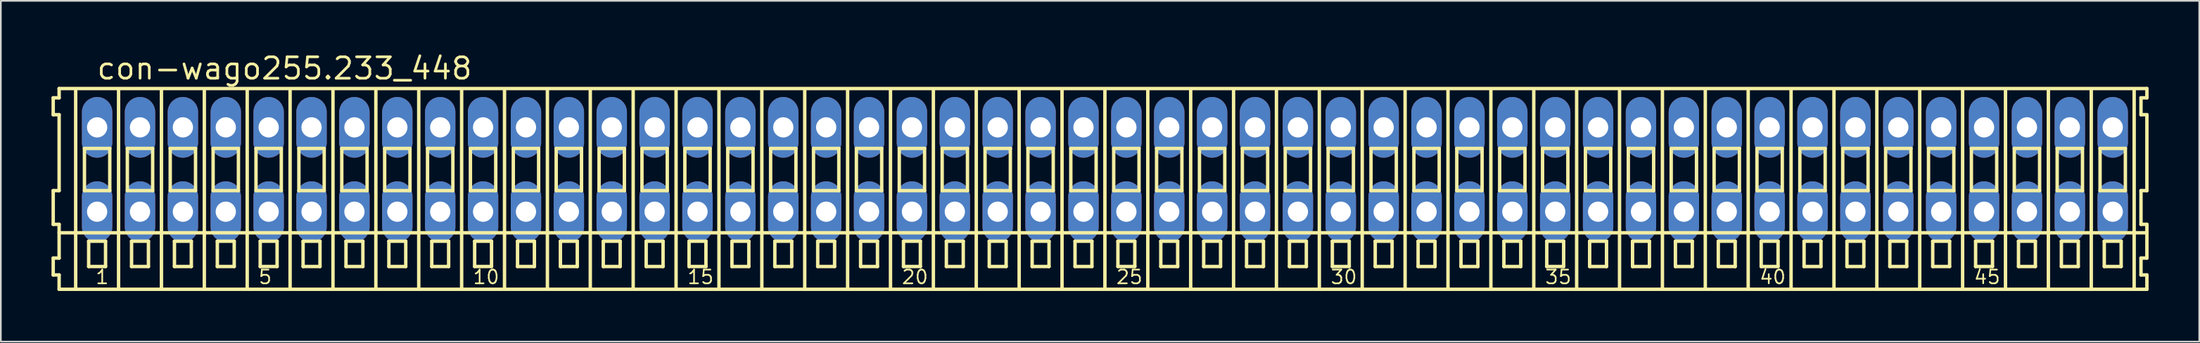
<source format=kicad_pcb>
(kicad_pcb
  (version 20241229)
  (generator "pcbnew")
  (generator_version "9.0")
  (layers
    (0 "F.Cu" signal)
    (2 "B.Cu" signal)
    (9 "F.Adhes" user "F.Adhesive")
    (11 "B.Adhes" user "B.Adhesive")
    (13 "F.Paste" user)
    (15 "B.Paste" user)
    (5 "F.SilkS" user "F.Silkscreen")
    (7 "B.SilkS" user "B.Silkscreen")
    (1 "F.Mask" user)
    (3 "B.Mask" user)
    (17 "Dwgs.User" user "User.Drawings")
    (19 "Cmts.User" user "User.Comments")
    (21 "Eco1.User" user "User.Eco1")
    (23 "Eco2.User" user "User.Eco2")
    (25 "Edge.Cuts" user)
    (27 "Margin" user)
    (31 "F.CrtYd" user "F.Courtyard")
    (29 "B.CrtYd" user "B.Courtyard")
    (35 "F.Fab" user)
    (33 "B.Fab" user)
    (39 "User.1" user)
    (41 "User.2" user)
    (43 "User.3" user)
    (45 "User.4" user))
  (footprint "con-wago255.233_448"
    (layer "F.Cu")
    (at 62.392 7)
    (property "Reference" "con-wago255.233_448" (at -59.79 -5.25 0) (layer "F.SilkS") (effects (font (size 1.27 1.27) (thickness 0.16)) (justify left bottom)))
    (attr through_hole)
    (fp_line (start -62.29 -4.25) (end -62.29 -3.25) (stroke (width 0.203) (type default)) (layer "F.SilkS"))
    (fp_line (start -62.29 -3.25) (end -61.94 -3.25) (stroke (width 0.203) (type default)) (layer "F.SilkS"))
    (fp_line (start -62.29 1.25) (end -62.29 3.25) (stroke (width 0.203) (type default)) (layer "F.SilkS"))
    (fp_line (start -62.29 3.25) (end -61.94 3.25) (stroke (width 0.203) (type default)) (layer "F.SilkS"))
    (fp_line (start -62.29 5.25) (end -62.29 6.25) (stroke (width 0.203) (type default)) (layer "F.SilkS"))
    (fp_line (start -62.29 6.25) (end -61.94 6.25) (stroke (width 0.203) (type default)) (layer "F.SilkS"))
    (fp_line (start -61.94 -4.8) (end -61.94 -4.25) (stroke (width 0.203) (type default)) (layer "F.SilkS"))
    (fp_line (start -61.94 -4.25) (end -62.29 -4.25) (stroke (width 0.203) (type default)) (layer "F.SilkS"))
    (fp_line (start -61.94 -3.25) (end -61.94 1.25) (stroke (width 0.203) (type default)) (layer "F.SilkS"))
    (fp_line (start -61.94 1.25) (end -62.29 1.25) (stroke (width 0.203) (type default)) (layer "F.SilkS"))
    (fp_line (start -61.94 3.25) (end -61.94 5.25) (stroke (width 0.203) (type default)) (layer "F.SilkS"))
    (fp_line (start -61.94 3.75) (end 61.715 3.75) (stroke (width 0.203) (type default)) (layer "F.SilkS"))
    (fp_line (start -61.94 5.25) (end -62.29 5.25) (stroke (width 0.203) (type default)) (layer "F.SilkS"))
    (fp_line (start -61.94 6.25) (end -61.94 7.1) (stroke (width 0.203) (type default)) (layer "F.SilkS"))
    (fp_line (start -61.94 7.1) (end 61.715 7.1) (stroke (width 0.203) (type default)) (layer "F.SilkS"))
    (fp_line (start -60.96 6.985) (end -60.96 -4.699) (stroke (width 0.203) (type default)) (layer "F.SilkS"))
    (fp_line (start -60.44 -1.25) (end -60.44 1.25) (stroke (width 0.203) (type default)) (layer "F.SilkS"))
    (fp_line (start -60.44 1.25) (end -58.94 1.25) (stroke (width 0.203) (type default)) (layer "F.SilkS"))
    (fp_line (start -60.19 4.25) (end -60.19 5.75) (stroke (width 0.203) (type default)) (layer "F.SilkS"))
    (fp_line (start -60.19 5.75) (end -59.19 5.75) (stroke (width 0.203) (type default)) (layer "F.SilkS"))
    (fp_line (start -59.19 4.25) (end -60.19 4.25) (stroke (width 0.203) (type default)) (layer "F.SilkS"))
    (fp_line (start -59.19 5.75) (end -59.19 4.25) (stroke (width 0.203) (type default)) (layer "F.SilkS"))
    (fp_line (start -58.94 -1.25) (end -60.44 -1.25) (stroke (width 0.203) (type default)) (layer "F.SilkS"))
    (fp_line (start -58.94 1.25) (end -58.94 -1.25) (stroke (width 0.203) (type default)) (layer "F.SilkS"))
    (fp_line (start -58.42 6.985) (end -58.42 -4.699) (stroke (width 0.203) (type default)) (layer "F.SilkS"))
    (fp_line (start -57.9 -1.25) (end -57.9 1.25) (stroke (width 0.203) (type default)) (layer "F.SilkS"))
    (fp_line (start -57.9 1.25) (end -56.4 1.25) (stroke (width 0.203) (type default)) (layer "F.SilkS"))
    (fp_line (start -57.65 4.25) (end -57.65 5.75) (stroke (width 0.203) (type default)) (layer "F.SilkS"))
    (fp_line (start -57.65 5.75) (end -56.65 5.75) (stroke (width 0.203) (type default)) (layer "F.SilkS"))
    (fp_line (start -56.65 4.25) (end -57.65 4.25) (stroke (width 0.203) (type default)) (layer "F.SilkS"))
    (fp_line (start -56.65 5.75) (end -56.65 4.25) (stroke (width 0.203) (type default)) (layer "F.SilkS"))
    (fp_line (start -56.4 -1.25) (end -57.9 -1.25) (stroke (width 0.203) (type default)) (layer "F.SilkS"))
    (fp_line (start -56.4 1.25) (end -56.4 -1.25) (stroke (width 0.203) (type default)) (layer "F.SilkS"))
    (fp_line (start -55.88 6.985) (end -55.88 -4.699) (stroke (width 0.203) (type default)) (layer "F.SilkS"))
    (fp_line (start -55.36 -1.25) (end -55.36 1.25) (stroke (width 0.203) (type default)) (layer "F.SilkS"))
    (fp_line (start -55.36 1.25) (end -53.86 1.25) (stroke (width 0.203) (type default)) (layer "F.SilkS"))
    (fp_line (start -55.11 4.25) (end -55.11 5.75) (stroke (width 0.203) (type default)) (layer "F.SilkS"))
    (fp_line (start -55.11 5.75) (end -54.11 5.75) (stroke (width 0.203) (type default)) (layer "F.SilkS"))
    (fp_line (start -54.11 4.25) (end -55.11 4.25) (stroke (width 0.203) (type default)) (layer "F.SilkS"))
    (fp_line (start -54.11 5.75) (end -54.11 4.25) (stroke (width 0.203) (type default)) (layer "F.SilkS"))
    (fp_line (start -53.86 -1.25) (end -55.36 -1.25) (stroke (width 0.203) (type default)) (layer "F.SilkS"))
    (fp_line (start -53.86 1.25) (end -53.86 -1.25) (stroke (width 0.203) (type default)) (layer "F.SilkS"))
    (fp_line (start -53.34 6.985) (end -53.34 -4.699) (stroke (width 0.203) (type default)) (layer "F.SilkS"))
    (fp_line (start -52.82 -1.25) (end -52.82 1.25) (stroke (width 0.203) (type default)) (layer "F.SilkS"))
    (fp_line (start -52.82 1.25) (end -51.32 1.25) (stroke (width 0.203) (type default)) (layer "F.SilkS"))
    (fp_line (start -52.57 4.25) (end -52.57 5.75) (stroke (width 0.203) (type default)) (layer "F.SilkS"))
    (fp_line (start -52.57 5.75) (end -51.57 5.75) (stroke (width 0.203) (type default)) (layer "F.SilkS"))
    (fp_line (start -51.57 4.25) (end -52.57 4.25) (stroke (width 0.203) (type default)) (layer "F.SilkS"))
    (fp_line (start -51.57 5.75) (end -51.57 4.25) (stroke (width 0.203) (type default)) (layer "F.SilkS"))
    (fp_line (start -51.32 -1.25) (end -52.82 -1.25) (stroke (width 0.203) (type default)) (layer "F.SilkS"))
    (fp_line (start -51.32 1.25) (end -51.32 -1.25) (stroke (width 0.203) (type default)) (layer "F.SilkS"))
    (fp_line (start -50.8 6.985) (end -50.8 -4.699) (stroke (width 0.203) (type default)) (layer "F.SilkS"))
    (fp_line (start -50.28 -1.25) (end -50.28 1.25) (stroke (width 0.203) (type default)) (layer "F.SilkS"))
    (fp_line (start -50.28 1.25) (end -48.78 1.25) (stroke (width 0.203) (type default)) (layer "F.SilkS"))
    (fp_line (start -50.03 4.25) (end -50.03 5.75) (stroke (width 0.203) (type default)) (layer "F.SilkS"))
    (fp_line (start -50.03 5.75) (end -49.03 5.75) (stroke (width 0.203) (type default)) (layer "F.SilkS"))
    (fp_line (start -49.03 4.25) (end -50.03 4.25) (stroke (width 0.203) (type default)) (layer "F.SilkS"))
    (fp_line (start -49.03 5.75) (end -49.03 4.25) (stroke (width 0.203) (type default)) (layer "F.SilkS"))
    (fp_line (start -48.78 -1.25) (end -50.28 -1.25) (stroke (width 0.203) (type default)) (layer "F.SilkS"))
    (fp_line (start -48.78 1.25) (end -48.78 -1.25) (stroke (width 0.203) (type default)) (layer "F.SilkS"))
    (fp_line (start -48.26 6.985) (end -48.26 -4.699) (stroke (width 0.203) (type default)) (layer "F.SilkS"))
    (fp_line (start -47.74 -1.25) (end -47.74 1.25) (stroke (width 0.203) (type default)) (layer "F.SilkS"))
    (fp_line (start -47.74 1.25) (end -46.24 1.25) (stroke (width 0.203) (type default)) (layer "F.SilkS"))
    (fp_line (start -47.49 4.25) (end -47.49 5.75) (stroke (width 0.203) (type default)) (layer "F.SilkS"))
    (fp_line (start -47.49 5.75) (end -46.49 5.75) (stroke (width 0.203) (type default)) (layer "F.SilkS"))
    (fp_line (start -46.49 4.25) (end -47.49 4.25) (stroke (width 0.203) (type default)) (layer "F.SilkS"))
    (fp_line (start -46.49 5.75) (end -46.49 4.25) (stroke (width 0.203) (type default)) (layer "F.SilkS"))
    (fp_line (start -46.24 -1.25) (end -47.74 -1.25) (stroke (width 0.203) (type default)) (layer "F.SilkS"))
    (fp_line (start -46.24 1.25) (end -46.24 -1.25) (stroke (width 0.203) (type default)) (layer "F.SilkS"))
    (fp_line (start -45.72 6.985) (end -45.72 -4.699) (stroke (width 0.203) (type default)) (layer "F.SilkS"))
    (fp_line (start -45.2 -1.25) (end -45.2 1.25) (stroke (width 0.203) (type default)) (layer "F.SilkS"))
    (fp_line (start -45.2 1.25) (end -43.7 1.25) (stroke (width 0.203) (type default)) (layer "F.SilkS"))
    (fp_line (start -44.95 4.25) (end -44.95 5.75) (stroke (width 0.203) (type default)) (layer "F.SilkS"))
    (fp_line (start -44.95 5.75) (end -43.95 5.75) (stroke (width 0.203) (type default)) (layer "F.SilkS"))
    (fp_line (start -43.95 4.25) (end -44.95 4.25) (stroke (width 0.203) (type default)) (layer "F.SilkS"))
    (fp_line (start -43.95 5.75) (end -43.95 4.25) (stroke (width 0.203) (type default)) (layer "F.SilkS"))
    (fp_line (start -43.7 -1.25) (end -45.2 -1.25) (stroke (width 0.203) (type default)) (layer "F.SilkS"))
    (fp_line (start -43.7 1.25) (end -43.7 -1.25) (stroke (width 0.203) (type default)) (layer "F.SilkS"))
    (fp_line (start -43.18 6.985) (end -43.18 -4.699) (stroke (width 0.203) (type default)) (layer "F.SilkS"))
    (fp_line (start -42.66 -1.25) (end -42.66 1.25) (stroke (width 0.203) (type default)) (layer "F.SilkS"))
    (fp_line (start -42.66 1.25) (end -41.16 1.25) (stroke (width 0.203) (type default)) (layer "F.SilkS"))
    (fp_line (start -42.41 4.25) (end -42.41 5.75) (stroke (width 0.203) (type default)) (layer "F.SilkS"))
    (fp_line (start -42.41 5.75) (end -41.41 5.75) (stroke (width 0.203) (type default)) (layer "F.SilkS"))
    (fp_line (start -41.41 4.25) (end -42.41 4.25) (stroke (width 0.203) (type default)) (layer "F.SilkS"))
    (fp_line (start -41.41 5.75) (end -41.41 4.25) (stroke (width 0.203) (type default)) (layer "F.SilkS"))
    (fp_line (start -41.16 -1.25) (end -42.66 -1.25) (stroke (width 0.203) (type default)) (layer "F.SilkS"))
    (fp_line (start -41.16 1.25) (end -41.16 -1.25) (stroke (width 0.203) (type default)) (layer "F.SilkS"))
    (fp_line (start -40.64 6.985) (end -40.64 -4.699) (stroke (width 0.203) (type default)) (layer "F.SilkS"))
    (fp_line (start -40.12 -1.25) (end -40.12 1.25) (stroke (width 0.203) (type default)) (layer "F.SilkS"))
    (fp_line (start -40.12 1.25) (end -38.62 1.25) (stroke (width 0.203) (type default)) (layer "F.SilkS"))
    (fp_line (start -39.87 4.25) (end -39.87 5.75) (stroke (width 0.203) (type default)) (layer "F.SilkS"))
    (fp_line (start -39.87 5.75) (end -38.87 5.75) (stroke (width 0.203) (type default)) (layer "F.SilkS"))
    (fp_line (start -38.87 4.25) (end -39.87 4.25) (stroke (width 0.203) (type default)) (layer "F.SilkS"))
    (fp_line (start -38.87 5.75) (end -38.87 4.25) (stroke (width 0.203) (type default)) (layer "F.SilkS"))
    (fp_line (start -38.62 -1.25) (end -40.12 -1.25) (stroke (width 0.203) (type default)) (layer "F.SilkS"))
    (fp_line (start -38.62 1.25) (end -38.62 -1.25) (stroke (width 0.203) (type default)) (layer "F.SilkS"))
    (fp_line (start -38.1 6.985) (end -38.1 -4.699) (stroke (width 0.203) (type default)) (layer "F.SilkS"))
    (fp_line (start -37.58 -1.25) (end -37.58 1.25) (stroke (width 0.203) (type default)) (layer "F.SilkS"))
    (fp_line (start -37.58 1.25) (end -36.08 1.25) (stroke (width 0.203) (type default)) (layer "F.SilkS"))
    (fp_line (start -37.33 4.25) (end -37.33 5.75) (stroke (width 0.203) (type default)) (layer "F.SilkS"))
    (fp_line (start -37.33 5.75) (end -36.33 5.75) (stroke (width 0.203) (type default)) (layer "F.SilkS"))
    (fp_line (start -36.33 4.25) (end -37.33 4.25) (stroke (width 0.203) (type default)) (layer "F.SilkS"))
    (fp_line (start -36.33 5.75) (end -36.33 4.25) (stroke (width 0.203) (type default)) (layer "F.SilkS"))
    (fp_line (start -36.08 -1.25) (end -37.58 -1.25) (stroke (width 0.203) (type default)) (layer "F.SilkS"))
    (fp_line (start -36.08 1.25) (end -36.08 -1.25) (stroke (width 0.203) (type default)) (layer "F.SilkS"))
    (fp_line (start -35.56 6.985) (end -35.56 -4.699) (stroke (width 0.203) (type default)) (layer "F.SilkS"))
    (fp_line (start -35.04 -1.25) (end -35.04 1.25) (stroke (width 0.203) (type default)) (layer "F.SilkS"))
    (fp_line (start -35.04 1.25) (end -33.54 1.25) (stroke (width 0.203) (type default)) (layer "F.SilkS"))
    (fp_line (start -34.79 4.25) (end -34.79 5.75) (stroke (width 0.203) (type default)) (layer "F.SilkS"))
    (fp_line (start -34.79 5.75) (end -33.79 5.75) (stroke (width 0.203) (type default)) (layer "F.SilkS"))
    (fp_line (start -33.79 4.25) (end -34.79 4.25) (stroke (width 0.203) (type default)) (layer "F.SilkS"))
    (fp_line (start -33.79 5.75) (end -33.79 4.25) (stroke (width 0.203) (type default)) (layer "F.SilkS"))
    (fp_line (start -33.54 -1.25) (end -35.04 -1.25) (stroke (width 0.203) (type default)) (layer "F.SilkS"))
    (fp_line (start -33.54 1.25) (end -33.54 -1.25) (stroke (width 0.203) (type default)) (layer "F.SilkS"))
    (fp_line (start -33.02 6.985) (end -33.02 -4.699) (stroke (width 0.203) (type default)) (layer "F.SilkS"))
    (fp_line (start -32.5 -1.25) (end -32.5 1.25) (stroke (width 0.203) (type default)) (layer "F.SilkS"))
    (fp_line (start -32.5 1.25) (end -31 1.25) (stroke (width 0.203) (type default)) (layer "F.SilkS"))
    (fp_line (start -32.25 4.25) (end -32.25 5.75) (stroke (width 0.203) (type default)) (layer "F.SilkS"))
    (fp_line (start -32.25 5.75) (end -31.25 5.75) (stroke (width 0.203) (type default)) (layer "F.SilkS"))
    (fp_line (start -31.25 4.25) (end -32.25 4.25) (stroke (width 0.203) (type default)) (layer "F.SilkS"))
    (fp_line (start -31.25 5.75) (end -31.25 4.25) (stroke (width 0.203) (type default)) (layer "F.SilkS"))
    (fp_line (start -31 -1.25) (end -32.5 -1.25) (stroke (width 0.203) (type default)) (layer "F.SilkS"))
    (fp_line (start -31 1.25) (end -31 -1.25) (stroke (width 0.203) (type default)) (layer "F.SilkS"))
    (fp_line (start -30.48 6.985) (end -30.48 -4.699) (stroke (width 0.203) (type default)) (layer "F.SilkS"))
    (fp_line (start -29.96 -1.25) (end -29.96 1.25) (stroke (width 0.203) (type default)) (layer "F.SilkS"))
    (fp_line (start -29.96 1.25) (end -28.46 1.25) (stroke (width 0.203) (type default)) (layer "F.SilkS"))
    (fp_line (start -29.71 4.25) (end -29.71 5.75) (stroke (width 0.203) (type default)) (layer "F.SilkS"))
    (fp_line (start -29.71 5.75) (end -28.71 5.75) (stroke (width 0.203) (type default)) (layer "F.SilkS"))
    (fp_line (start -28.71 4.25) (end -29.71 4.25) (stroke (width 0.203) (type default)) (layer "F.SilkS"))
    (fp_line (start -28.71 5.75) (end -28.71 4.25) (stroke (width 0.203) (type default)) (layer "F.SilkS"))
    (fp_line (start -28.46 -1.25) (end -29.96 -1.25) (stroke (width 0.203) (type default)) (layer "F.SilkS"))
    (fp_line (start -28.46 1.25) (end -28.46 -1.25) (stroke (width 0.203) (type default)) (layer "F.SilkS"))
    (fp_line (start -27.94 6.985) (end -27.94 -4.699) (stroke (width 0.203) (type default)) (layer "F.SilkS"))
    (fp_line (start -27.42 -1.25) (end -27.42 1.25) (stroke (width 0.203) (type default)) (layer "F.SilkS"))
    (fp_line (start -27.42 1.25) (end -25.92 1.25) (stroke (width 0.203) (type default)) (layer "F.SilkS"))
    (fp_line (start -27.17 4.25) (end -27.17 5.75) (stroke (width 0.203) (type default)) (layer "F.SilkS"))
    (fp_line (start -27.17 5.75) (end -26.17 5.75) (stroke (width 0.203) (type default)) (layer "F.SilkS"))
    (fp_line (start -26.17 4.25) (end -27.17 4.25) (stroke (width 0.203) (type default)) (layer "F.SilkS"))
    (fp_line (start -26.17 5.75) (end -26.17 4.25) (stroke (width 0.203) (type default)) (layer "F.SilkS"))
    (fp_line (start -25.92 -1.25) (end -27.42 -1.25) (stroke (width 0.203) (type default)) (layer "F.SilkS"))
    (fp_line (start -25.92 1.25) (end -25.92 -1.25) (stroke (width 0.203) (type default)) (layer "F.SilkS"))
    (fp_line (start -25.4 6.985) (end -25.4 -4.699) (stroke (width 0.203) (type default)) (layer "F.SilkS"))
    (fp_line (start -24.88 -1.25) (end -24.88 1.25) (stroke (width 0.203) (type default)) (layer "F.SilkS"))
    (fp_line (start -24.88 1.25) (end -23.38 1.25) (stroke (width 0.203) (type default)) (layer "F.SilkS"))
    (fp_line (start -24.63 4.25) (end -24.63 5.75) (stroke (width 0.203) (type default)) (layer "F.SilkS"))
    (fp_line (start -24.63 5.75) (end -23.63 5.75) (stroke (width 0.203) (type default)) (layer "F.SilkS"))
    (fp_line (start -23.63 4.25) (end -24.63 4.25) (stroke (width 0.203) (type default)) (layer "F.SilkS"))
    (fp_line (start -23.63 5.75) (end -23.63 4.25) (stroke (width 0.203) (type default)) (layer "F.SilkS"))
    (fp_line (start -23.38 -1.25) (end -24.88 -1.25) (stroke (width 0.203) (type default)) (layer "F.SilkS"))
    (fp_line (start -23.38 1.25) (end -23.38 -1.25) (stroke (width 0.203) (type default)) (layer "F.SilkS"))
    (fp_line (start -22.86 6.985) (end -22.86 -4.699) (stroke (width 0.203) (type default)) (layer "F.SilkS"))
    (fp_line (start -22.34 -1.25) (end -22.34 1.25) (stroke (width 0.203) (type default)) (layer "F.SilkS"))
    (fp_line (start -22.34 1.25) (end -20.84 1.25) (stroke (width 0.203) (type default)) (layer "F.SilkS"))
    (fp_line (start -22.09 4.25) (end -22.09 5.75) (stroke (width 0.203) (type default)) (layer "F.SilkS"))
    (fp_line (start -22.09 5.75) (end -21.09 5.75) (stroke (width 0.203) (type default)) (layer "F.SilkS"))
    (fp_line (start -21.09 4.25) (end -22.09 4.25) (stroke (width 0.203) (type default)) (layer "F.SilkS"))
    (fp_line (start -21.09 5.75) (end -21.09 4.25) (stroke (width 0.203) (type default)) (layer "F.SilkS"))
    (fp_line (start -20.84 -1.25) (end -22.34 -1.25) (stroke (width 0.203) (type default)) (layer "F.SilkS"))
    (fp_line (start -20.84 1.25) (end -20.84 -1.25) (stroke (width 0.203) (type default)) (layer "F.SilkS"))
    (fp_line (start -20.32 6.985) (end -20.32 -4.699) (stroke (width 0.203) (type default)) (layer "F.SilkS"))
    (fp_line (start -19.8 -1.25) (end -19.8 1.25) (stroke (width 0.203) (type default)) (layer "F.SilkS"))
    (fp_line (start -19.8 1.25) (end -18.3 1.25) (stroke (width 0.203) (type default)) (layer "F.SilkS"))
    (fp_line (start -19.55 4.25) (end -19.55 5.75) (stroke (width 0.203) (type default)) (layer "F.SilkS"))
    (fp_line (start -19.55 5.75) (end -18.55 5.75) (stroke (width 0.203) (type default)) (layer "F.SilkS"))
    (fp_line (start -18.55 4.25) (end -19.55 4.25) (stroke (width 0.203) (type default)) (layer "F.SilkS"))
    (fp_line (start -18.55 5.75) (end -18.55 4.25) (stroke (width 0.203) (type default)) (layer "F.SilkS"))
    (fp_line (start -18.3 -1.25) (end -19.8 -1.25) (stroke (width 0.203) (type default)) (layer "F.SilkS"))
    (fp_line (start -18.3 1.25) (end -18.3 -1.25) (stroke (width 0.203) (type default)) (layer "F.SilkS"))
    (fp_line (start -17.78 6.985) (end -17.78 -4.699) (stroke (width 0.203) (type default)) (layer "F.SilkS"))
    (fp_line (start -17.26 -1.25) (end -17.26 1.25) (stroke (width 0.203) (type default)) (layer "F.SilkS"))
    (fp_line (start -17.26 1.25) (end -15.76 1.25) (stroke (width 0.203) (type default)) (layer "F.SilkS"))
    (fp_line (start -17.01 4.25) (end -17.01 5.75) (stroke (width 0.203) (type default)) (layer "F.SilkS"))
    (fp_line (start -17.01 5.75) (end -16.01 5.75) (stroke (width 0.203) (type default)) (layer "F.SilkS"))
    (fp_line (start -16.01 4.25) (end -17.01 4.25) (stroke (width 0.203) (type default)) (layer "F.SilkS"))
    (fp_line (start -16.01 5.75) (end -16.01 4.25) (stroke (width 0.203) (type default)) (layer "F.SilkS"))
    (fp_line (start -15.76 -1.25) (end -17.26 -1.25) (stroke (width 0.203) (type default)) (layer "F.SilkS"))
    (fp_line (start -15.76 1.25) (end -15.76 -1.25) (stroke (width 0.203) (type default)) (layer "F.SilkS"))
    (fp_line (start -15.24 6.985) (end -15.24 -4.699) (stroke (width 0.203) (type default)) (layer "F.SilkS"))
    (fp_line (start -14.72 -1.25) (end -14.72 1.25) (stroke (width 0.203) (type default)) (layer "F.SilkS"))
    (fp_line (start -14.72 1.25) (end -13.22 1.25) (stroke (width 0.203) (type default)) (layer "F.SilkS"))
    (fp_line (start -14.47 4.25) (end -14.47 5.75) (stroke (width 0.203) (type default)) (layer "F.SilkS"))
    (fp_line (start -14.47 5.75) (end -13.47 5.75) (stroke (width 0.203) (type default)) (layer "F.SilkS"))
    (fp_line (start -13.47 4.25) (end -14.47 4.25) (stroke (width 0.203) (type default)) (layer "F.SilkS"))
    (fp_line (start -13.47 5.75) (end -13.47 4.25) (stroke (width 0.203) (type default)) (layer "F.SilkS"))
    (fp_line (start -13.22 -1.25) (end -14.72 -1.25) (stroke (width 0.203) (type default)) (layer "F.SilkS"))
    (fp_line (start -13.22 1.25) (end -13.22 -1.25) (stroke (width 0.203) (type default)) (layer "F.SilkS"))
    (fp_line (start -12.7 6.985) (end -12.7 -4.699) (stroke (width 0.203) (type default)) (layer "F.SilkS"))
    (fp_line (start -12.18 -1.25) (end -12.18 1.25) (stroke (width 0.203) (type default)) (layer "F.SilkS"))
    (fp_line (start -12.18 1.25) (end -10.68 1.25) (stroke (width 0.203) (type default)) (layer "F.SilkS"))
    (fp_line (start -11.93 4.25) (end -11.93 5.75) (stroke (width 0.203) (type default)) (layer "F.SilkS"))
    (fp_line (start -11.93 5.75) (end -10.93 5.75) (stroke (width 0.203) (type default)) (layer "F.SilkS"))
    (fp_line (start -10.93 4.25) (end -11.93 4.25) (stroke (width 0.203) (type default)) (layer "F.SilkS"))
    (fp_line (start -10.93 5.75) (end -10.93 4.25) (stroke (width 0.203) (type default)) (layer "F.SilkS"))
    (fp_line (start -10.68 -1.25) (end -12.18 -1.25) (stroke (width 0.203) (type default)) (layer "F.SilkS"))
    (fp_line (start -10.68 1.25) (end -10.68 -1.25) (stroke (width 0.203) (type default)) (layer "F.SilkS"))
    (fp_line (start -10.16 6.985) (end -10.16 -4.699) (stroke (width 0.203) (type default)) (layer "F.SilkS"))
    (fp_line (start -9.64 -1.25) (end -9.64 1.25) (stroke (width 0.203) (type default)) (layer "F.SilkS"))
    (fp_line (start -9.64 1.25) (end -8.14 1.25) (stroke (width 0.203) (type default)) (layer "F.SilkS"))
    (fp_line (start -9.39 4.25) (end -9.39 5.75) (stroke (width 0.203) (type default)) (layer "F.SilkS"))
    (fp_line (start -9.39 5.75) (end -8.39 5.75) (stroke (width 0.203) (type default)) (layer "F.SilkS"))
    (fp_line (start -8.39 4.25) (end -9.39 4.25) (stroke (width 0.203) (type default)) (layer "F.SilkS"))
    (fp_line (start -8.39 5.75) (end -8.39 4.25) (stroke (width 0.203) (type default)) (layer "F.SilkS"))
    (fp_line (start -8.14 -1.25) (end -9.64 -1.25) (stroke (width 0.203) (type default)) (layer "F.SilkS"))
    (fp_line (start -8.14 1.25) (end -8.14 -1.25) (stroke (width 0.203) (type default)) (layer "F.SilkS"))
    (fp_line (start -7.62 6.985) (end -7.62 -4.699) (stroke (width 0.203) (type default)) (layer "F.SilkS"))
    (fp_line (start -7.1 -1.25) (end -7.1 1.25) (stroke (width 0.203) (type default)) (layer "F.SilkS"))
    (fp_line (start -7.1 1.25) (end -5.6 1.25) (stroke (width 0.203) (type default)) (layer "F.SilkS"))
    (fp_line (start -6.85 4.25) (end -6.85 5.75) (stroke (width 0.203) (type default)) (layer "F.SilkS"))
    (fp_line (start -6.85 5.75) (end -5.85 5.75) (stroke (width 0.203) (type default)) (layer "F.SilkS"))
    (fp_line (start -5.85 4.25) (end -6.85 4.25) (stroke (width 0.203) (type default)) (layer "F.SilkS"))
    (fp_line (start -5.85 5.75) (end -5.85 4.25) (stroke (width 0.203) (type default)) (layer "F.SilkS"))
    (fp_line (start -5.6 -1.25) (end -7.1 -1.25) (stroke (width 0.203) (type default)) (layer "F.SilkS"))
    (fp_line (start -5.6 1.25) (end -5.6 -1.25) (stroke (width 0.203) (type default)) (layer "F.SilkS"))
    (fp_line (start -5.08 6.985) (end -5.08 -4.699) (stroke (width 0.203) (type default)) (layer "F.SilkS"))
    (fp_line (start -4.56 -1.25) (end -4.56 1.25) (stroke (width 0.203) (type default)) (layer "F.SilkS"))
    (fp_line (start -4.56 1.25) (end -3.06 1.25) (stroke (width 0.203) (type default)) (layer "F.SilkS"))
    (fp_line (start -4.31 4.25) (end -4.31 5.75) (stroke (width 0.203) (type default)) (layer "F.SilkS"))
    (fp_line (start -4.31 5.75) (end -3.31 5.75) (stroke (width 0.203) (type default)) (layer "F.SilkS"))
    (fp_line (start -3.31 4.25) (end -4.31 4.25) (stroke (width 0.203) (type default)) (layer "F.SilkS"))
    (fp_line (start -3.31 5.75) (end -3.31 4.25) (stroke (width 0.203) (type default)) (layer "F.SilkS"))
    (fp_line (start -3.06 -1.25) (end -4.56 -1.25) (stroke (width 0.203) (type default)) (layer "F.SilkS"))
    (fp_line (start -3.06 1.25) (end -3.06 -1.25) (stroke (width 0.203) (type default)) (layer "F.SilkS"))
    (fp_line (start -2.54 6.985) (end -2.54 -4.699) (stroke (width 0.203) (type default)) (layer "F.SilkS"))
    (fp_line (start -2.02 -1.25) (end -2.02 1.25) (stroke (width 0.203) (type default)) (layer "F.SilkS"))
    (fp_line (start -2.02 1.25) (end -0.52 1.25) (stroke (width 0.203) (type default)) (layer "F.SilkS"))
    (fp_line (start -1.77 4.25) (end -1.77 5.75) (stroke (width 0.203) (type default)) (layer "F.SilkS"))
    (fp_line (start -1.77 5.75) (end -0.77 5.75) (stroke (width 0.203) (type default)) (layer "F.SilkS"))
    (fp_line (start -0.77 4.25) (end -1.77 4.25) (stroke (width 0.203) (type default)) (layer "F.SilkS"))
    (fp_line (start -0.77 5.75) (end -0.77 4.25) (stroke (width 0.203) (type default)) (layer "F.SilkS"))
    (fp_line (start -0.52 -1.25) (end -2.02 -1.25) (stroke (width 0.203) (type default)) (layer "F.SilkS"))
    (fp_line (start -0.52 1.25) (end -0.52 -1.25) (stroke (width 0.203) (type default)) (layer "F.SilkS"))
    (fp_line (start 0 6.985) (end 0 -4.699) (stroke (width 0.203) (type default)) (layer "F.SilkS"))
    (fp_line (start 0.52 -1.25) (end 0.52 1.25) (stroke (width 0.203) (type default)) (layer "F.SilkS"))
    (fp_line (start 0.52 1.25) (end 2.02 1.25) (stroke (width 0.203) (type default)) (layer "F.SilkS"))
    (fp_line (start 0.77 4.25) (end 0.77 5.75) (stroke (width 0.203) (type default)) (layer "F.SilkS"))
    (fp_line (start 0.77 5.75) (end 1.77 5.75) (stroke (width 0.203) (type default)) (layer "F.SilkS"))
    (fp_line (start 1.77 4.25) (end 0.77 4.25) (stroke (width 0.203) (type default)) (layer "F.SilkS"))
    (fp_line (start 1.77 5.75) (end 1.77 4.25) (stroke (width 0.203) (type default)) (layer "F.SilkS"))
    (fp_line (start 2.02 -1.25) (end 0.52 -1.25) (stroke (width 0.203) (type default)) (layer "F.SilkS"))
    (fp_line (start 2.02 1.25) (end 2.02 -1.25) (stroke (width 0.203) (type default)) (layer "F.SilkS"))
    (fp_line (start 2.54 6.985) (end 2.54 -4.699) (stroke (width 0.203) (type default)) (layer "F.SilkS"))
    (fp_line (start 3.06 -1.25) (end 3.06 1.25) (stroke (width 0.203) (type default)) (layer "F.SilkS"))
    (fp_line (start 3.06 1.25) (end 4.56 1.25) (stroke (width 0.203) (type default)) (layer "F.SilkS"))
    (fp_line (start 3.31 4.25) (end 3.31 5.75) (stroke (width 0.203) (type default)) (layer "F.SilkS"))
    (fp_line (start 3.31 5.75) (end 4.31 5.75) (stroke (width 0.203) (type default)) (layer "F.SilkS"))
    (fp_line (start 4.31 4.25) (end 3.31 4.25) (stroke (width 0.203) (type default)) (layer "F.SilkS"))
    (fp_line (start 4.31 5.75) (end 4.31 4.25) (stroke (width 0.203) (type default)) (layer "F.SilkS"))
    (fp_line (start 4.56 -1.25) (end 3.06 -1.25) (stroke (width 0.203) (type default)) (layer "F.SilkS"))
    (fp_line (start 4.56 1.25) (end 4.56 -1.25) (stroke (width 0.203) (type default)) (layer "F.SilkS"))
    (fp_line (start 5.08 6.985) (end 5.08 -4.699) (stroke (width 0.203) (type default)) (layer "F.SilkS"))
    (fp_line (start 5.6 -1.25) (end 5.6 1.25) (stroke (width 0.203) (type default)) (layer "F.SilkS"))
    (fp_line (start 5.6 1.25) (end 7.1 1.25) (stroke (width 0.203) (type default)) (layer "F.SilkS"))
    (fp_line (start 5.85 4.25) (end 5.85 5.75) (stroke (width 0.203) (type default)) (layer "F.SilkS"))
    (fp_line (start 5.85 5.75) (end 6.85 5.75) (stroke (width 0.203) (type default)) (layer "F.SilkS"))
    (fp_line (start 6.85 4.25) (end 5.85 4.25) (stroke (width 0.203) (type default)) (layer "F.SilkS"))
    (fp_line (start 6.85 5.75) (end 6.85 4.25) (stroke (width 0.203) (type default)) (layer "F.SilkS"))
    (fp_line (start 7.1 -1.25) (end 5.6 -1.25) (stroke (width 0.203) (type default)) (layer "F.SilkS"))
    (fp_line (start 7.1 1.25) (end 7.1 -1.25) (stroke (width 0.203) (type default)) (layer "F.SilkS"))
    (fp_line (start 7.62 6.985) (end 7.62 -4.699) (stroke (width 0.203) (type default)) (layer "F.SilkS"))
    (fp_line (start 8.14 -1.25) (end 8.14 1.25) (stroke (width 0.203) (type default)) (layer "F.SilkS"))
    (fp_line (start 8.14 1.25) (end 9.64 1.25) (stroke (width 0.203) (type default)) (layer "F.SilkS"))
    (fp_line (start 8.39 4.25) (end 8.39 5.75) (stroke (width 0.203) (type default)) (layer "F.SilkS"))
    (fp_line (start 8.39 5.75) (end 9.39 5.75) (stroke (width 0.203) (type default)) (layer "F.SilkS"))
    (fp_line (start 9.39 4.25) (end 8.39 4.25) (stroke (width 0.203) (type default)) (layer "F.SilkS"))
    (fp_line (start 9.39 5.75) (end 9.39 4.25) (stroke (width 0.203) (type default)) (layer "F.SilkS"))
    (fp_line (start 9.64 -1.25) (end 8.14 -1.25) (stroke (width 0.203) (type default)) (layer "F.SilkS"))
    (fp_line (start 9.64 1.25) (end 9.64 -1.25) (stroke (width 0.203) (type default)) (layer "F.SilkS"))
    (fp_line (start 10.16 6.985) (end 10.16 -4.699) (stroke (width 0.203) (type default)) (layer "F.SilkS"))
    (fp_line (start 10.68 -1.25) (end 10.68 1.25) (stroke (width 0.203) (type default)) (layer "F.SilkS"))
    (fp_line (start 10.68 1.25) (end 12.18 1.25) (stroke (width 0.203) (type default)) (layer "F.SilkS"))
    (fp_line (start 10.93 4.25) (end 10.93 5.75) (stroke (width 0.203) (type default)) (layer "F.SilkS"))
    (fp_line (start 10.93 5.75) (end 11.93 5.75) (stroke (width 0.203) (type default)) (layer "F.SilkS"))
    (fp_line (start 11.93 4.25) (end 10.93 4.25) (stroke (width 0.203) (type default)) (layer "F.SilkS"))
    (fp_line (start 11.93 5.75) (end 11.93 4.25) (stroke (width 0.203) (type default)) (layer "F.SilkS"))
    (fp_line (start 12.18 -1.25) (end 10.68 -1.25) (stroke (width 0.203) (type default)) (layer "F.SilkS"))
    (fp_line (start 12.18 1.25) (end 12.18 -1.25) (stroke (width 0.203) (type default)) (layer "F.SilkS"))
    (fp_line (start 12.7 6.985) (end 12.7 -4.699) (stroke (width 0.203) (type default)) (layer "F.SilkS"))
    (fp_line (start 13.22 -1.25) (end 13.22 1.25) (stroke (width 0.203) (type default)) (layer "F.SilkS"))
    (fp_line (start 13.22 1.25) (end 14.72 1.25) (stroke (width 0.203) (type default)) (layer "F.SilkS"))
    (fp_line (start 13.47 4.25) (end 13.47 5.75) (stroke (width 0.203) (type default)) (layer "F.SilkS"))
    (fp_line (start 13.47 5.75) (end 14.47 5.75) (stroke (width 0.203) (type default)) (layer "F.SilkS"))
    (fp_line (start 14.47 4.25) (end 13.47 4.25) (stroke (width 0.203) (type default)) (layer "F.SilkS"))
    (fp_line (start 14.47 5.75) (end 14.47 4.25) (stroke (width 0.203) (type default)) (layer "F.SilkS"))
    (fp_line (start 14.72 -1.25) (end 13.22 -1.25) (stroke (width 0.203) (type default)) (layer "F.SilkS"))
    (fp_line (start 14.72 1.25) (end 14.72 -1.25) (stroke (width 0.203) (type default)) (layer "F.SilkS"))
    (fp_line (start 15.24 6.985) (end 15.24 -4.699) (stroke (width 0.203) (type default)) (layer "F.SilkS"))
    (fp_line (start 15.76 -1.25) (end 15.76 1.25) (stroke (width 0.203) (type default)) (layer "F.SilkS"))
    (fp_line (start 15.76 1.25) (end 17.26 1.25) (stroke (width 0.203) (type default)) (layer "F.SilkS"))
    (fp_line (start 16.01 4.25) (end 16.01 5.75) (stroke (width 0.203) (type default)) (layer "F.SilkS"))
    (fp_line (start 16.01 5.75) (end 17.01 5.75) (stroke (width 0.203) (type default)) (layer "F.SilkS"))
    (fp_line (start 17.01 4.25) (end 16.01 4.25) (stroke (width 0.203) (type default)) (layer "F.SilkS"))
    (fp_line (start 17.01 5.75) (end 17.01 4.25) (stroke (width 0.203) (type default)) (layer "F.SilkS"))
    (fp_line (start 17.26 -1.25) (end 15.76 -1.25) (stroke (width 0.203) (type default)) (layer "F.SilkS"))
    (fp_line (start 17.26 1.25) (end 17.26 -1.25) (stroke (width 0.203) (type default)) (layer "F.SilkS"))
    (fp_line (start 17.78 6.985) (end 17.78 -4.699) (stroke (width 0.203) (type default)) (layer "F.SilkS"))
    (fp_line (start 18.3 -1.25) (end 18.3 1.25) (stroke (width 0.203) (type default)) (layer "F.SilkS"))
    (fp_line (start 18.3 1.25) (end 19.8 1.25) (stroke (width 0.203) (type default)) (layer "F.SilkS"))
    (fp_line (start 18.55 4.25) (end 18.55 5.75) (stroke (width 0.203) (type default)) (layer "F.SilkS"))
    (fp_line (start 18.55 5.75) (end 19.55 5.75) (stroke (width 0.203) (type default)) (layer "F.SilkS"))
    (fp_line (start 19.55 4.25) (end 18.55 4.25) (stroke (width 0.203) (type default)) (layer "F.SilkS"))
    (fp_line (start 19.55 5.75) (end 19.55 4.25) (stroke (width 0.203) (type default)) (layer "F.SilkS"))
    (fp_line (start 19.8 -1.25) (end 18.3 -1.25) (stroke (width 0.203) (type default)) (layer "F.SilkS"))
    (fp_line (start 19.8 1.25) (end 19.8 -1.25) (stroke (width 0.203) (type default)) (layer "F.SilkS"))
    (fp_line (start 20.32 6.985) (end 20.32 -4.699) (stroke (width 0.203) (type default)) (layer "F.SilkS"))
    (fp_line (start 20.84 -1.25) (end 20.84 1.25) (stroke (width 0.203) (type default)) (layer "F.SilkS"))
    (fp_line (start 20.84 1.25) (end 22.34 1.25) (stroke (width 0.203) (type default)) (layer "F.SilkS"))
    (fp_line (start 21.09 4.25) (end 21.09 5.75) (stroke (width 0.203) (type default)) (layer "F.SilkS"))
    (fp_line (start 21.09 5.75) (end 22.09 5.75) (stroke (width 0.203) (type default)) (layer "F.SilkS"))
    (fp_line (start 22.09 4.25) (end 21.09 4.25) (stroke (width 0.203) (type default)) (layer "F.SilkS"))
    (fp_line (start 22.09 5.75) (end 22.09 4.25) (stroke (width 0.203) (type default)) (layer "F.SilkS"))
    (fp_line (start 22.34 -1.25) (end 20.84 -1.25) (stroke (width 0.203) (type default)) (layer "F.SilkS"))
    (fp_line (start 22.34 1.25) (end 22.34 -1.25) (stroke (width 0.203) (type default)) (layer "F.SilkS"))
    (fp_line (start 22.86 6.985) (end 22.86 -4.699) (stroke (width 0.203) (type default)) (layer "F.SilkS"))
    (fp_line (start 23.38 -1.25) (end 23.38 1.25) (stroke (width 0.203) (type default)) (layer "F.SilkS"))
    (fp_line (start 23.38 1.25) (end 24.88 1.25) (stroke (width 0.203) (type default)) (layer "F.SilkS"))
    (fp_line (start 23.63 4.25) (end 23.63 5.75) (stroke (width 0.203) (type default)) (layer "F.SilkS"))
    (fp_line (start 23.63 5.75) (end 24.63 5.75) (stroke (width 0.203) (type default)) (layer "F.SilkS"))
    (fp_line (start 24.63 4.25) (end 23.63 4.25) (stroke (width 0.203) (type default)) (layer "F.SilkS"))
    (fp_line (start 24.63 5.75) (end 24.63 4.25) (stroke (width 0.203) (type default)) (layer "F.SilkS"))
    (fp_line (start 24.88 -1.25) (end 23.38 -1.25) (stroke (width 0.203) (type default)) (layer "F.SilkS"))
    (fp_line (start 24.88 1.25) (end 24.88 -1.25) (stroke (width 0.203) (type default)) (layer "F.SilkS"))
    (fp_line (start 25.4 6.985) (end 25.4 -4.699) (stroke (width 0.203) (type default)) (layer "F.SilkS"))
    (fp_line (start 25.92 -1.25) (end 25.92 1.25) (stroke (width 0.203) (type default)) (layer "F.SilkS"))
    (fp_line (start 25.92 1.25) (end 27.42 1.25) (stroke (width 0.203) (type default)) (layer "F.SilkS"))
    (fp_line (start 26.17 4.25) (end 26.17 5.75) (stroke (width 0.203) (type default)) (layer "F.SilkS"))
    (fp_line (start 26.17 5.75) (end 27.17 5.75) (stroke (width 0.203) (type default)) (layer "F.SilkS"))
    (fp_line (start 27.17 4.25) (end 26.17 4.25) (stroke (width 0.203) (type default)) (layer "F.SilkS"))
    (fp_line (start 27.17 5.75) (end 27.17 4.25) (stroke (width 0.203) (type default)) (layer "F.SilkS"))
    (fp_line (start 27.42 -1.25) (end 25.92 -1.25) (stroke (width 0.203) (type default)) (layer "F.SilkS"))
    (fp_line (start 27.42 1.25) (end 27.42 -1.25) (stroke (width 0.203) (type default)) (layer "F.SilkS"))
    (fp_line (start 27.94 6.985) (end 27.94 -4.699) (stroke (width 0.203) (type default)) (layer "F.SilkS"))
    (fp_line (start 28.46 -1.25) (end 28.46 1.25) (stroke (width 0.203) (type default)) (layer "F.SilkS"))
    (fp_line (start 28.46 1.25) (end 29.96 1.25) (stroke (width 0.203) (type default)) (layer "F.SilkS"))
    (fp_line (start 28.71 4.25) (end 28.71 5.75) (stroke (width 0.203) (type default)) (layer "F.SilkS"))
    (fp_line (start 28.71 5.75) (end 29.71 5.75) (stroke (width 0.203) (type default)) (layer "F.SilkS"))
    (fp_line (start 29.71 4.25) (end 28.71 4.25) (stroke (width 0.203) (type default)) (layer "F.SilkS"))
    (fp_line (start 29.71 5.75) (end 29.71 4.25) (stroke (width 0.203) (type default)) (layer "F.SilkS"))
    (fp_line (start 29.96 -1.25) (end 28.46 -1.25) (stroke (width 0.203) (type default)) (layer "F.SilkS"))
    (fp_line (start 29.96 1.25) (end 29.96 -1.25) (stroke (width 0.203) (type default)) (layer "F.SilkS"))
    (fp_line (start 30.48 6.985) (end 30.48 -4.699) (stroke (width 0.203) (type default)) (layer "F.SilkS"))
    (fp_line (start 31 -1.25) (end 31 1.25) (stroke (width 0.203) (type default)) (layer "F.SilkS"))
    (fp_line (start 31 1.25) (end 32.5 1.25) (stroke (width 0.203) (type default)) (layer "F.SilkS"))
    (fp_line (start 31.25 4.25) (end 31.25 5.75) (stroke (width 0.203) (type default)) (layer "F.SilkS"))
    (fp_line (start 31.25 5.75) (end 32.25 5.75) (stroke (width 0.203) (type default)) (layer "F.SilkS"))
    (fp_line (start 32.25 4.25) (end 31.25 4.25) (stroke (width 0.203) (type default)) (layer "F.SilkS"))
    (fp_line (start 32.25 5.75) (end 32.25 4.25) (stroke (width 0.203) (type default)) (layer "F.SilkS"))
    (fp_line (start 32.5 -1.25) (end 31 -1.25) (stroke (width 0.203) (type default)) (layer "F.SilkS"))
    (fp_line (start 32.5 1.25) (end 32.5 -1.25) (stroke (width 0.203) (type default)) (layer "F.SilkS"))
    (fp_line (start 33.02 6.985) (end 33.02 -4.699) (stroke (width 0.203) (type default)) (layer "F.SilkS"))
    (fp_line (start 33.54 -1.25) (end 33.54 1.25) (stroke (width 0.203) (type default)) (layer "F.SilkS"))
    (fp_line (start 33.54 1.25) (end 35.04 1.25) (stroke (width 0.203) (type default)) (layer "F.SilkS"))
    (fp_line (start 33.79 4.25) (end 33.79 5.75) (stroke (width 0.203) (type default)) (layer "F.SilkS"))
    (fp_line (start 33.79 5.75) (end 34.79 5.75) (stroke (width 0.203) (type default)) (layer "F.SilkS"))
    (fp_line (start 34.79 4.25) (end 33.79 4.25) (stroke (width 0.203) (type default)) (layer "F.SilkS"))
    (fp_line (start 34.79 5.75) (end 34.79 4.25) (stroke (width 0.203) (type default)) (layer "F.SilkS"))
    (fp_line (start 35.04 -1.25) (end 33.54 -1.25) (stroke (width 0.203) (type default)) (layer "F.SilkS"))
    (fp_line (start 35.04 1.25) (end 35.04 -1.25) (stroke (width 0.203) (type default)) (layer "F.SilkS"))
    (fp_line (start 35.56 6.985) (end 35.56 -4.699) (stroke (width 0.203) (type default)) (layer "F.SilkS"))
    (fp_line (start 36.08 -1.25) (end 36.08 1.25) (stroke (width 0.203) (type default)) (layer "F.SilkS"))
    (fp_line (start 36.08 1.25) (end 37.58 1.25) (stroke (width 0.203) (type default)) (layer "F.SilkS"))
    (fp_line (start 36.33 4.25) (end 36.33 5.75) (stroke (width 0.203) (type default)) (layer "F.SilkS"))
    (fp_line (start 36.33 5.75) (end 37.33 5.75) (stroke (width 0.203) (type default)) (layer "F.SilkS"))
    (fp_line (start 37.33 4.25) (end 36.33 4.25) (stroke (width 0.203) (type default)) (layer "F.SilkS"))
    (fp_line (start 37.33 5.75) (end 37.33 4.25) (stroke (width 0.203) (type default)) (layer "F.SilkS"))
    (fp_line (start 37.58 -1.25) (end 36.08 -1.25) (stroke (width 0.203) (type default)) (layer "F.SilkS"))
    (fp_line (start 37.58 1.25) (end 37.58 -1.25) (stroke (width 0.203) (type default)) (layer "F.SilkS"))
    (fp_line (start 38.1 6.985) (end 38.1 -4.699) (stroke (width 0.203) (type default)) (layer "F.SilkS"))
    (fp_line (start 38.62 -1.25) (end 38.62 1.25) (stroke (width 0.203) (type default)) (layer "F.SilkS"))
    (fp_line (start 38.62 1.25) (end 40.12 1.25) (stroke (width 0.203) (type default)) (layer "F.SilkS"))
    (fp_line (start 38.87 4.25) (end 38.87 5.75) (stroke (width 0.203) (type default)) (layer "F.SilkS"))
    (fp_line (start 38.87 5.75) (end 39.87 5.75) (stroke (width 0.203) (type default)) (layer "F.SilkS"))
    (fp_line (start 39.87 4.25) (end 38.87 4.25) (stroke (width 0.203) (type default)) (layer "F.SilkS"))
    (fp_line (start 39.87 5.75) (end 39.87 4.25) (stroke (width 0.203) (type default)) (layer "F.SilkS"))
    (fp_line (start 40.12 -1.25) (end 38.62 -1.25) (stroke (width 0.203) (type default)) (layer "F.SilkS"))
    (fp_line (start 40.12 1.25) (end 40.12 -1.25) (stroke (width 0.203) (type default)) (layer "F.SilkS"))
    (fp_line (start 40.64 6.985) (end 40.64 -4.699) (stroke (width 0.203) (type default)) (layer "F.SilkS"))
    (fp_line (start 41.16 -1.25) (end 41.16 1.25) (stroke (width 0.203) (type default)) (layer "F.SilkS"))
    (fp_line (start 41.16 1.25) (end 42.66 1.25) (stroke (width 0.203) (type default)) (layer "F.SilkS"))
    (fp_line (start 41.41 4.25) (end 41.41 5.75) (stroke (width 0.203) (type default)) (layer "F.SilkS"))
    (fp_line (start 41.41 5.75) (end 42.41 5.75) (stroke (width 0.203) (type default)) (layer "F.SilkS"))
    (fp_line (start 42.41 4.25) (end 41.41 4.25) (stroke (width 0.203) (type default)) (layer "F.SilkS"))
    (fp_line (start 42.41 5.75) (end 42.41 4.25) (stroke (width 0.203) (type default)) (layer "F.SilkS"))
    (fp_line (start 42.66 -1.25) (end 41.16 -1.25) (stroke (width 0.203) (type default)) (layer "F.SilkS"))
    (fp_line (start 42.66 1.25) (end 42.66 -1.25) (stroke (width 0.203) (type default)) (layer "F.SilkS"))
    (fp_line (start 43.18 6.985) (end 43.18 -4.699) (stroke (width 0.203) (type default)) (layer "F.SilkS"))
    (fp_line (start 43.7 -1.25) (end 43.7 1.25) (stroke (width 0.203) (type default)) (layer "F.SilkS"))
    (fp_line (start 43.7 1.25) (end 45.2 1.25) (stroke (width 0.203) (type default)) (layer "F.SilkS"))
    (fp_line (start 43.95 4.25) (end 43.95 5.75) (stroke (width 0.203) (type default)) (layer "F.SilkS"))
    (fp_line (start 43.95 5.75) (end 44.95 5.75) (stroke (width 0.203) (type default)) (layer "F.SilkS"))
    (fp_line (start 44.95 4.25) (end 43.95 4.25) (stroke (width 0.203) (type default)) (layer "F.SilkS"))
    (fp_line (start 44.95 5.75) (end 44.95 4.25) (stroke (width 0.203) (type default)) (layer "F.SilkS"))
    (fp_line (start 45.2 -1.25) (end 43.7 -1.25) (stroke (width 0.203) (type default)) (layer "F.SilkS"))
    (fp_line (start 45.2 1.25) (end 45.2 -1.25) (stroke (width 0.203) (type default)) (layer "F.SilkS"))
    (fp_line (start 45.72 6.985) (end 45.72 -4.699) (stroke (width 0.203) (type default)) (layer "F.SilkS"))
    (fp_line (start 46.24 -1.25) (end 46.24 1.25) (stroke (width 0.203) (type default)) (layer "F.SilkS"))
    (fp_line (start 46.24 1.25) (end 47.74 1.25) (stroke (width 0.203) (type default)) (layer "F.SilkS"))
    (fp_line (start 46.49 4.25) (end 46.49 5.75) (stroke (width 0.203) (type default)) (layer "F.SilkS"))
    (fp_line (start 46.49 5.75) (end 47.49 5.75) (stroke (width 0.203) (type default)) (layer "F.SilkS"))
    (fp_line (start 47.49 4.25) (end 46.49 4.25) (stroke (width 0.203) (type default)) (layer "F.SilkS"))
    (fp_line (start 47.49 5.75) (end 47.49 4.25) (stroke (width 0.203) (type default)) (layer "F.SilkS"))
    (fp_line (start 47.74 -1.25) (end 46.24 -1.25) (stroke (width 0.203) (type default)) (layer "F.SilkS"))
    (fp_line (start 47.74 1.25) (end 47.74 -1.25) (stroke (width 0.203) (type default)) (layer "F.SilkS"))
    (fp_line (start 48.26 6.985) (end 48.26 -4.699) (stroke (width 0.203) (type default)) (layer "F.SilkS"))
    (fp_line (start 48.78 -1.25) (end 48.78 1.25) (stroke (width 0.203) (type default)) (layer "F.SilkS"))
    (fp_line (start 48.78 1.25) (end 50.28 1.25) (stroke (width 0.203) (type default)) (layer "F.SilkS"))
    (fp_line (start 49.03 4.25) (end 49.03 5.75) (stroke (width 0.203) (type default)) (layer "F.SilkS"))
    (fp_line (start 49.03 5.75) (end 50.03 5.75) (stroke (width 0.203) (type default)) (layer "F.SilkS"))
    (fp_line (start 50.03 4.25) (end 49.03 4.25) (stroke (width 0.203) (type default)) (layer "F.SilkS"))
    (fp_line (start 50.03 5.75) (end 50.03 4.25) (stroke (width 0.203) (type default)) (layer "F.SilkS"))
    (fp_line (start 50.28 -1.25) (end 48.78 -1.25) (stroke (width 0.203) (type default)) (layer "F.SilkS"))
    (fp_line (start 50.28 1.25) (end 50.28 -1.25) (stroke (width 0.203) (type default)) (layer "F.SilkS"))
    (fp_line (start 50.8 6.985) (end 50.8 -4.699) (stroke (width 0.203) (type default)) (layer "F.SilkS"))
    (fp_line (start 51.32 -1.25) (end 51.32 1.25) (stroke (width 0.203) (type default)) (layer "F.SilkS"))
    (fp_line (start 51.32 1.25) (end 52.82 1.25) (stroke (width 0.203) (type default)) (layer "F.SilkS"))
    (fp_line (start 51.57 4.25) (end 51.57 5.75) (stroke (width 0.203) (type default)) (layer "F.SilkS"))
    (fp_line (start 51.57 5.75) (end 52.57 5.75) (stroke (width 0.203) (type default)) (layer "F.SilkS"))
    (fp_line (start 52.57 4.25) (end 51.57 4.25) (stroke (width 0.203) (type default)) (layer "F.SilkS"))
    (fp_line (start 52.57 5.75) (end 52.57 4.25) (stroke (width 0.203) (type default)) (layer "F.SilkS"))
    (fp_line (start 52.82 -1.25) (end 51.32 -1.25) (stroke (width 0.203) (type default)) (layer "F.SilkS"))
    (fp_line (start 52.82 1.25) (end 52.82 -1.25) (stroke (width 0.203) (type default)) (layer "F.SilkS"))
    (fp_line (start 53.34 6.985) (end 53.34 -4.699) (stroke (width 0.203) (type default)) (layer "F.SilkS"))
    (fp_line (start 53.86 -1.25) (end 53.86 1.25) (stroke (width 0.203) (type default)) (layer "F.SilkS"))
    (fp_line (start 53.86 1.25) (end 55.36 1.25) (stroke (width 0.203) (type default)) (layer "F.SilkS"))
    (fp_line (start 54.11 4.25) (end 54.11 5.75) (stroke (width 0.203) (type default)) (layer "F.SilkS"))
    (fp_line (start 54.11 5.75) (end 55.11 5.75) (stroke (width 0.203) (type default)) (layer "F.SilkS"))
    (fp_line (start 55.11 4.25) (end 54.11 4.25) (stroke (width 0.203) (type default)) (layer "F.SilkS"))
    (fp_line (start 55.11 5.75) (end 55.11 4.25) (stroke (width 0.203) (type default)) (layer "F.SilkS"))
    (fp_line (start 55.36 -1.25) (end 53.86 -1.25) (stroke (width 0.203) (type default)) (layer "F.SilkS"))
    (fp_line (start 55.36 1.25) (end 55.36 -1.25) (stroke (width 0.203) (type default)) (layer "F.SilkS"))
    (fp_line (start 55.88 6.985) (end 55.88 -4.699) (stroke (width 0.203) (type default)) (layer "F.SilkS"))
    (fp_line (start 56.4 -1.25) (end 56.4 1.25) (stroke (width 0.203) (type default)) (layer "F.SilkS"))
    (fp_line (start 56.4 1.25) (end 57.9 1.25) (stroke (width 0.203) (type default)) (layer "F.SilkS"))
    (fp_line (start 56.65 4.25) (end 56.65 5.75) (stroke (width 0.203) (type default)) (layer "F.SilkS"))
    (fp_line (start 56.65 5.75) (end 57.65 5.75) (stroke (width 0.203) (type default)) (layer "F.SilkS"))
    (fp_line (start 57.65 4.25) (end 56.65 4.25) (stroke (width 0.203) (type default)) (layer "F.SilkS"))
    (fp_line (start 57.65 5.75) (end 57.65 4.25) (stroke (width 0.203) (type default)) (layer "F.SilkS"))
    (fp_line (start 57.9 -1.25) (end 56.4 -1.25) (stroke (width 0.203) (type default)) (layer "F.SilkS"))
    (fp_line (start 57.9 1.25) (end 57.9 -1.25) (stroke (width 0.203) (type default)) (layer "F.SilkS"))
    (fp_line (start 58.42 6.985) (end 58.42 -4.699) (stroke (width 0.203) (type default)) (layer "F.SilkS"))
    (fp_line (start 58.94 -1.25) (end 58.94 1.25) (stroke (width 0.203) (type default)) (layer "F.SilkS"))
    (fp_line (start 58.94 1.25) (end 60.44 1.25) (stroke (width 0.203) (type default)) (layer "F.SilkS"))
    (fp_line (start 59.19 4.25) (end 59.19 5.75) (stroke (width 0.203) (type default)) (layer "F.SilkS"))
    (fp_line (start 59.19 5.75) (end 60.19 5.75) (stroke (width 0.203) (type default)) (layer "F.SilkS"))
    (fp_line (start 60.19 4.25) (end 59.19 4.25) (stroke (width 0.203) (type default)) (layer "F.SilkS"))
    (fp_line (start 60.19 5.75) (end 60.19 4.25) (stroke (width 0.203) (type default)) (layer "F.SilkS"))
    (fp_line (start 60.44 -1.25) (end 58.94 -1.25) (stroke (width 0.203) (type default)) (layer "F.SilkS"))
    (fp_line (start 60.44 1.25) (end 60.44 -1.25) (stroke (width 0.203) (type default)) (layer "F.SilkS"))
    (fp_line (start 60.96 6.985) (end 60.96 -4.699) (stroke (width 0.203) (type default)) (layer "F.SilkS"))
    (fp_line (start 61.365 -4.25) (end 61.365 -3.25) (stroke (width 0.203) (type default)) (layer "F.SilkS"))
    (fp_line (start 61.365 -3.25) (end 61.715 -3.25) (stroke (width 0.203) (type default)) (layer "F.SilkS"))
    (fp_line (start 61.365 1.25) (end 61.365 3.25) (stroke (width 0.203) (type default)) (layer "F.SilkS"))
    (fp_line (start 61.365 3.25) (end 61.715 3.25) (stroke (width 0.203) (type default)) (layer "F.SilkS"))
    (fp_line (start 61.365 5.25) (end 61.365 6.25) (stroke (width 0.203) (type default)) (layer "F.SilkS"))
    (fp_line (start 61.365 6.25) (end 61.715 6.25) (stroke (width 0.203) (type default)) (layer "F.SilkS"))
    (fp_line (start 61.715 -4.8) (end -61.94 -4.8) (stroke (width 0.203) (type default)) (layer "F.SilkS"))
    (fp_line (start 61.715 -4.25) (end 61.365 -4.25) (stroke (width 0.203) (type default)) (layer "F.SilkS"))
    (fp_line (start 61.715 -4.25) (end 61.715 -4.8) (stroke (width 0.203) (type default)) (layer "F.SilkS"))
    (fp_line (start 61.715 1.25) (end 61.365 1.25) (stroke (width 0.203) (type default)) (layer "F.SilkS"))
    (fp_line (start 61.715 1.25) (end 61.715 -3.25) (stroke (width 0.203) (type default)) (layer "F.SilkS"))
    (fp_line (start 61.715 3.75) (end 61.715 3.25) (stroke (width 0.203) (type default)) (layer "F.SilkS"))
    (fp_line (start 61.715 5.25) (end 61.365 5.25) (stroke (width 0.203) (type default)) (layer "F.SilkS"))
    (fp_line (start 61.715 5.25) (end 61.715 3.75) (stroke (width 0.203) (type default)) (layer "F.SilkS"))
    (fp_line (start 61.715 7.1) (end 61.715 6.25) (stroke (width 0.203) (type default)) (layer "F.SilkS"))
    (fp_text user "45" (at 51.412 6.85 0) (layer "F.SilkS") (effects (font (size 0.813 0.813) (thickness 0.1)) (justify left bottom)))
    (fp_text user "10" (at -37.488 6.85 0) (layer "F.SilkS") (effects (font (size 0.813 0.813) (thickness 0.1)) (justify left bottom)))
    (fp_text user "30" (at 13.312 6.85 0) (layer "F.SilkS") (effects (font (size 0.813 0.813) (thickness 0.1)) (justify left bottom)))
    (fp_text user "25" (at 0.612 6.85 0) (layer "F.SilkS") (effects (font (size 0.813 0.813) (thickness 0.1)) (justify left bottom)))
    (fp_text user "15" (at -24.788 6.85 0) (layer "F.SilkS") (effects (font (size 0.813 0.813) (thickness 0.1)) (justify left bottom)))
    (fp_text user "20" (at -12.088 6.85 0) (layer "F.SilkS") (effects (font (size 0.813 0.813) (thickness 0.1)) (justify left bottom)))
    (fp_text user "1" (at -59.84 6.85 0) (layer "F.SilkS") (effects (font (size 0.813 0.813) (thickness 0.1)) (justify left bottom)))
    (fp_text user "40" (at 38.712 6.85 0) (layer "F.SilkS") (effects (font (size 0.813 0.813) (thickness 0.1)) (justify left bottom)))
    (fp_text user "5" (at -50.188 6.85 0) (layer "F.SilkS") (effects (font (size 0.813 0.813) (thickness 0.1)) (justify left bottom)))
    (fp_text user "35" (at 26.012 6.85 0) (layer "F.SilkS") (effects (font (size 0.813 0.813) (thickness 0.1)) (justify left bottom)))
    (pad "A1" thru_hole oval (at -59.69 -2.5 90) (size 3.6 1.8) (drill 1.2) (layers "*.Cu" "*.Mask"))
    (pad "A2" thru_hole oval (at -57.15 -2.5 90) (size 3.6 1.8) (drill 1.2) (layers "*.Cu" "*.Mask"))
    (pad "A3" thru_hole oval (at -54.61 -2.5 90) (size 3.6 1.8) (drill 1.2) (layers "*.Cu" "*.Mask"))
    (pad "A4" thru_hole oval (at -52.07 -2.5 90) (size 3.6 1.8) (drill 1.2) (layers "*.Cu" "*.Mask"))
    (pad "A5" thru_hole oval (at -49.53 -2.5 90) (size 3.6 1.8) (drill 1.2) (layers "*.Cu" "*.Mask"))
    (pad "A6" thru_hole oval (at -46.99 -2.5 90) (size 3.6 1.8) (drill 1.2) (layers "*.Cu" "*.Mask"))
    (pad "A7" thru_hole oval (at -44.45 -2.5 90) (size 3.6 1.8) (drill 1.2) (layers "*.Cu" "*.Mask"))
    (pad "A8" thru_hole oval (at -41.91 -2.5 90) (size 3.6 1.8) (drill 1.2) (layers "*.Cu" "*.Mask"))
    (pad "A9" thru_hole oval (at -39.37 -2.5 90) (size 3.6 1.8) (drill 1.2) (layers "*.Cu" "*.Mask"))
    (pad "A10" thru_hole oval (at -36.83 -2.5 90) (size 3.6 1.8) (drill 1.2) (layers "*.Cu" "*.Mask"))
    (pad "A11" thru_hole oval (at -34.29 -2.5 90) (size 3.6 1.8) (drill 1.2) (layers "*.Cu" "*.Mask"))
    (pad "A12" thru_hole oval (at -31.75 -2.5 90) (size 3.6 1.8) (drill 1.2) (layers "*.Cu" "*.Mask"))
    (pad "A13" thru_hole oval (at -29.21 -2.5 90) (size 3.6 1.8) (drill 1.2) (layers "*.Cu" "*.Mask"))
    (pad "A14" thru_hole oval (at -26.67 -2.5 90) (size 3.6 1.8) (drill 1.2) (layers "*.Cu" "*.Mask"))
    (pad "A15" thru_hole oval (at -24.13 -2.5 90) (size 3.6 1.8) (drill 1.2) (layers "*.Cu" "*.Mask"))
    (pad "A16" thru_hole oval (at -21.59 -2.5 90) (size 3.6 1.8) (drill 1.2) (layers "*.Cu" "*.Mask"))
    (pad "A17" thru_hole oval (at -19.05 -2.5 90) (size 3.6 1.8) (drill 1.2) (layers "*.Cu" "*.Mask"))
    (pad "A18" thru_hole oval (at -16.51 -2.5 90) (size 3.6 1.8) (drill 1.2) (layers "*.Cu" "*.Mask"))
    (pad "A19" thru_hole oval (at -13.97 -2.5 90) (size 3.6 1.8) (drill 1.2) (layers "*.Cu" "*.Mask"))
    (pad "A20" thru_hole oval (at -11.43 -2.5 90) (size 3.6 1.8) (drill 1.2) (layers "*.Cu" "*.Mask"))
    (pad "A21" thru_hole oval (at -8.89 -2.5 90) (size 3.6 1.8) (drill 1.2) (layers "*.Cu" "*.Mask"))
    (pad "A22" thru_hole oval (at -6.35 -2.5 90) (size 3.6 1.8) (drill 1.2) (layers "*.Cu" "*.Mask"))
    (pad "A23" thru_hole oval (at -3.81 -2.5 90) (size 3.6 1.8) (drill 1.2) (layers "*.Cu" "*.Mask"))
    (pad "A24" thru_hole oval (at -1.27 -2.5 90) (size 3.6 1.8) (drill 1.2) (layers "*.Cu" "*.Mask"))
    (pad "A25" thru_hole oval (at 1.27 -2.5 90) (size 3.6 1.8) (drill 1.2) (layers "*.Cu" "*.Mask"))
    (pad "A26" thru_hole oval (at 3.81 -2.5 90) (size 3.6 1.8) (drill 1.2) (layers "*.Cu" "*.Mask"))
    (pad "A27" thru_hole oval (at 6.35 -2.5 90) (size 3.6 1.8) (drill 1.2) (layers "*.Cu" "*.Mask"))
    (pad "A28" thru_hole oval (at 8.89 -2.5 90) (size 3.6 1.8) (drill 1.2) (layers "*.Cu" "*.Mask"))
    (pad "A29" thru_hole oval (at 11.43 -2.5 90) (size 3.6 1.8) (drill 1.2) (layers "*.Cu" "*.Mask"))
    (pad "A30" thru_hole oval (at 13.97 -2.5 90) (size 3.6 1.8) (drill 1.2) (layers "*.Cu" "*.Mask"))
    (pad "A31" thru_hole oval (at 16.51 -2.5 90) (size 3.6 1.8) (drill 1.2) (layers "*.Cu" "*.Mask"))
    (pad "A32" thru_hole oval (at 19.05 -2.5 90) (size 3.6 1.8) (drill 1.2) (layers "*.Cu" "*.Mask"))
    (pad "A33" thru_hole oval (at 21.59 -2.5 90) (size 3.6 1.8) (drill 1.2) (layers "*.Cu" "*.Mask"))
    (pad "A34" thru_hole oval (at 24.13 -2.5 90) (size 3.6 1.8) (drill 1.2) (layers "*.Cu" "*.Mask"))
    (pad "A35" thru_hole oval (at 26.67 -2.5 90) (size 3.6 1.8) (drill 1.2) (layers "*.Cu" "*.Mask"))
    (pad "A36" thru_hole oval (at 29.21 -2.5 90) (size 3.6 1.8) (drill 1.2) (layers "*.Cu" "*.Mask"))
    (pad "A37" thru_hole oval (at 31.75 -2.5 90) (size 3.6 1.8) (drill 1.2) (layers "*.Cu" "*.Mask"))
    (pad "A38" thru_hole oval (at 34.29 -2.5 90) (size 3.6 1.8) (drill 1.2) (layers "*.Cu" "*.Mask"))
    (pad "A39" thru_hole oval (at 36.83 -2.5 90) (size 3.6 1.8) (drill 1.2) (layers "*.Cu" "*.Mask"))
    (pad "A40" thru_hole oval (at 39.37 -2.5 90) (size 3.6 1.8) (drill 1.2) (layers "*.Cu" "*.Mask"))
    (pad "A41" thru_hole oval (at 41.91 -2.5 90) (size 3.6 1.8) (drill 1.2) (layers "*.Cu" "*.Mask"))
    (pad "A42" thru_hole oval (at 44.45 -2.5 90) (size 3.6 1.8) (drill 1.2) (layers "*.Cu" "*.Mask"))
    (pad "A43" thru_hole oval (at 46.99 -2.5 90) (size 3.6 1.8) (drill 1.2) (layers "*.Cu" "*.Mask"))
    (pad "A44" thru_hole oval (at 49.53 -2.5 90) (size 3.6 1.8) (drill 1.2) (layers "*.Cu" "*.Mask"))
    (pad "A45" thru_hole oval (at 52.07 -2.5 90) (size 3.6 1.8) (drill 1.2) (layers "*.Cu" "*.Mask"))
    (pad "A46" thru_hole oval (at 54.61 -2.5 90) (size 3.6 1.8) (drill 1.2) (layers "*.Cu" "*.Mask"))
    (pad "A47" thru_hole oval (at 57.15 -2.5 90) (size 3.6 1.8) (drill 1.2) (layers "*.Cu" "*.Mask"))
    (pad "A48" thru_hole oval (at 59.69 -2.5 90) (size 3.6 1.8) (drill 1.2) (layers "*.Cu" "*.Mask"))
    (pad "B1" thru_hole oval (at -59.69 2.5 90) (size 3.6 1.8) (drill 1.2) (layers "*.Cu" "*.Mask"))
    (pad "B2" thru_hole oval (at -57.15 2.5 90) (size 3.6 1.8) (drill 1.2) (layers "*.Cu" "*.Mask"))
    (pad "B3" thru_hole oval (at -54.61 2.5 90) (size 3.6 1.8) (drill 1.2) (layers "*.Cu" "*.Mask"))
    (pad "B4" thru_hole oval (at -52.07 2.5 90) (size 3.6 1.8) (drill 1.2) (layers "*.Cu" "*.Mask"))
    (pad "B5" thru_hole oval (at -49.53 2.5 90) (size 3.6 1.8) (drill 1.2) (layers "*.Cu" "*.Mask"))
    (pad "B6" thru_hole oval (at -46.99 2.5 90) (size 3.6 1.8) (drill 1.2) (layers "*.Cu" "*.Mask"))
    (pad "B7" thru_hole oval (at -44.45 2.5 90) (size 3.6 1.8) (drill 1.2) (layers "*.Cu" "*.Mask"))
    (pad "B8" thru_hole oval (at -41.91 2.5 90) (size 3.6 1.8) (drill 1.2) (layers "*.Cu" "*.Mask"))
    (pad "B9" thru_hole oval (at -39.37 2.5 90) (size 3.6 1.8) (drill 1.2) (layers "*.Cu" "*.Mask"))
    (pad "B10" thru_hole oval (at -36.83 2.5 90) (size 3.6 1.8) (drill 1.2) (layers "*.Cu" "*.Mask"))
    (pad "B11" thru_hole oval (at -34.29 2.5 90) (size 3.6 1.8) (drill 1.2) (layers "*.Cu" "*.Mask"))
    (pad "B12" thru_hole oval (at -31.75 2.5 90) (size 3.6 1.8) (drill 1.2) (layers "*.Cu" "*.Mask"))
    (pad "B13" thru_hole oval (at -29.21 2.5 90) (size 3.6 1.8) (drill 1.2) (layers "*.Cu" "*.Mask"))
    (pad "B14" thru_hole oval (at -26.67 2.5 90) (size 3.6 1.8) (drill 1.2) (layers "*.Cu" "*.Mask"))
    (pad "B15" thru_hole oval (at -24.13 2.5 90) (size 3.6 1.8) (drill 1.2) (layers "*.Cu" "*.Mask"))
    (pad "B16" thru_hole oval (at -21.59 2.5 90) (size 3.6 1.8) (drill 1.2) (layers "*.Cu" "*.Mask"))
    (pad "B17" thru_hole oval (at -19.05 2.5 90) (size 3.6 1.8) (drill 1.2) (layers "*.Cu" "*.Mask"))
    (pad "B18" thru_hole oval (at -16.51 2.5 90) (size 3.6 1.8) (drill 1.2) (layers "*.Cu" "*.Mask"))
    (pad "B19" thru_hole oval (at -13.97 2.5 90) (size 3.6 1.8) (drill 1.2) (layers "*.Cu" "*.Mask"))
    (pad "B20" thru_hole oval (at -11.43 2.5 90) (size 3.6 1.8) (drill 1.2) (layers "*.Cu" "*.Mask"))
    (pad "B21" thru_hole oval (at -8.89 2.5 90) (size 3.6 1.8) (drill 1.2) (layers "*.Cu" "*.Mask"))
    (pad "B22" thru_hole oval (at -6.35 2.5 90) (size 3.6 1.8) (drill 1.2) (layers "*.Cu" "*.Mask"))
    (pad "B23" thru_hole oval (at -3.81 2.5 90) (size 3.6 1.8) (drill 1.2) (layers "*.Cu" "*.Mask"))
    (pad "B24" thru_hole oval (at -1.27 2.5 90) (size 3.6 1.8) (drill 1.2) (layers "*.Cu" "*.Mask"))
    (pad "B25" thru_hole oval (at 1.27 2.5 90) (size 3.6 1.8) (drill 1.2) (layers "*.Cu" "*.Mask"))
    (pad "B26" thru_hole oval (at 3.81 2.5 90) (size 3.6 1.8) (drill 1.2) (layers "*.Cu" "*.Mask"))
    (pad "B27" thru_hole oval (at 6.35 2.5 90) (size 3.6 1.8) (drill 1.2) (layers "*.Cu" "*.Mask"))
    (pad "B28" thru_hole oval (at 8.89 2.5 90) (size 3.6 1.8) (drill 1.2) (layers "*.Cu" "*.Mask"))
    (pad "B29" thru_hole oval (at 11.43 2.5 90) (size 3.6 1.8) (drill 1.2) (layers "*.Cu" "*.Mask"))
    (pad "B30" thru_hole oval (at 13.97 2.5 90) (size 3.6 1.8) (drill 1.2) (layers "*.Cu" "*.Mask"))
    (pad "B31" thru_hole oval (at 16.51 2.5 90) (size 3.6 1.8) (drill 1.2) (layers "*.Cu" "*.Mask"))
    (pad "B32" thru_hole oval (at 19.05 2.5 90) (size 3.6 1.8) (drill 1.2) (layers "*.Cu" "*.Mask"))
    (pad "B33" thru_hole oval (at 21.59 2.5 90) (size 3.6 1.8) (drill 1.2) (layers "*.Cu" "*.Mask"))
    (pad "B34" thru_hole oval (at 24.13 2.5 90) (size 3.6 1.8) (drill 1.2) (layers "*.Cu" "*.Mask"))
    (pad "B35" thru_hole oval (at 26.67 2.5 90) (size 3.6 1.8) (drill 1.2) (layers "*.Cu" "*.Mask"))
    (pad "B36" thru_hole oval (at 29.21 2.5 90) (size 3.6 1.8) (drill 1.2) (layers "*.Cu" "*.Mask"))
    (pad "B37" thru_hole oval (at 31.75 2.5 90) (size 3.6 1.8) (drill 1.2) (layers "*.Cu" "*.Mask"))
    (pad "B38" thru_hole oval (at 34.29 2.5 90) (size 3.6 1.8) (drill 1.2) (layers "*.Cu" "*.Mask"))
    (pad "B39" thru_hole oval (at 36.83 2.5 90) (size 3.6 1.8) (drill 1.2) (layers "*.Cu" "*.Mask"))
    (pad "B40" thru_hole oval (at 39.37 2.5 90) (size 3.6 1.8) (drill 1.2) (layers "*.Cu" "*.Mask"))
    (pad "B41" thru_hole oval (at 41.91 2.5 90) (size 3.6 1.8) (drill 1.2) (layers "*.Cu" "*.Mask"))
    (pad "B42" thru_hole oval (at 44.45 2.5 90) (size 3.6 1.8) (drill 1.2) (layers "*.Cu" "*.Mask"))
    (pad "B43" thru_hole oval (at 46.99 2.5 90) (size 3.6 1.8) (drill 1.2) (layers "*.Cu" "*.Mask"))
    (pad "B44" thru_hole oval (at 49.53 2.5 90) (size 3.6 1.8) (drill 1.2) (layers "*.Cu" "*.Mask"))
    (pad "B45" thru_hole oval (at 52.07 2.5 90) (size 3.6 1.8) (drill 1.2) (layers "*.Cu" "*.Mask"))
    (pad "B46" thru_hole oval (at 54.61 2.5 90) (size 3.6 1.8) (drill 1.2) (layers "*.Cu" "*.Mask"))
    (pad "B47" thru_hole oval (at 57.15 2.5 90) (size 3.6 1.8) (drill 1.2) (layers "*.Cu" "*.Mask"))
    (pad "B48" thru_hole oval (at 59.69 2.5 90) (size 3.6 1.8) (drill 1.2) (layers "*.Cu" "*.Mask")))
  (gr_rect
    (start -3 -3)
    (end 127.208 17.202)
    (stroke (width 0.1) (type default))
    (fill no)
    (layer "Edge.Cuts")))
</source>
